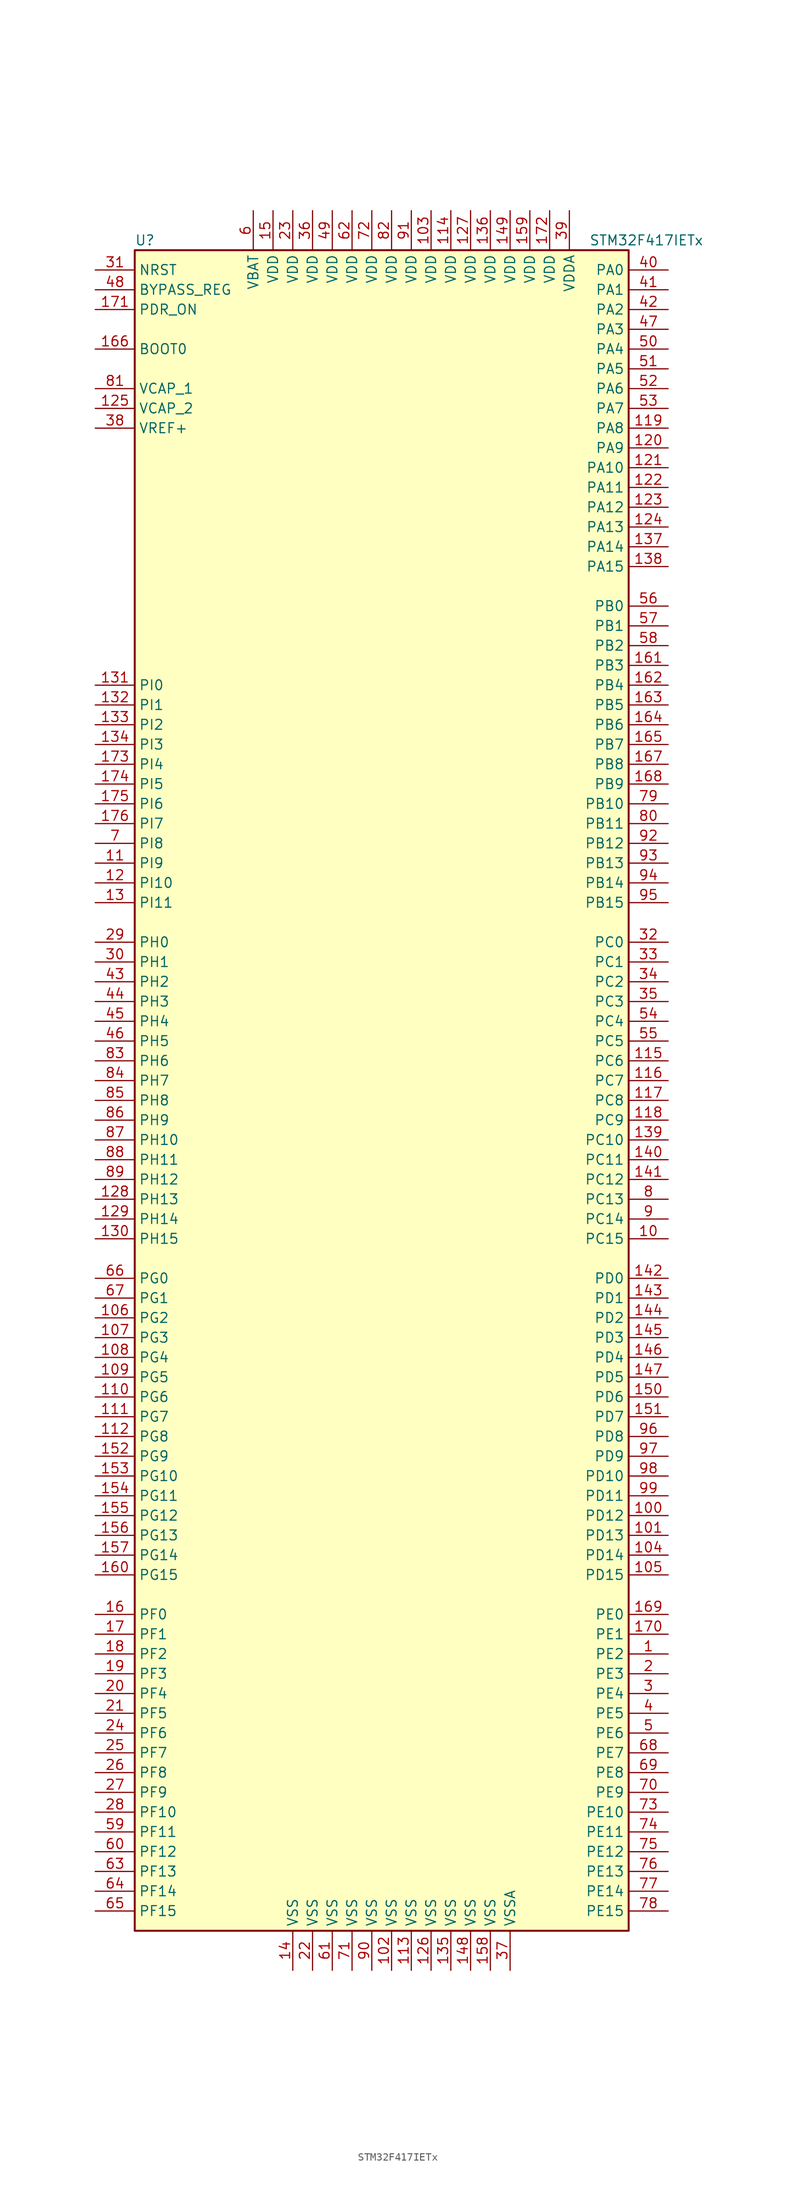
<source format=kicad_sym>
(kicad_symbol_lib
  (version 20201005)
  (generator kicad_symbol_editor)
  (symbol "STM32F417IETx"
    (property "Reference" "U"
      (at -33.02 107.95 0)
      (effects (font (size 1.27 1.27)) (justify left)))
    (property "Value" "STM32F417IETx"
      (at 25.4 107.95 0)
      (effects (font (size 1.27 1.27)) (justify left)))
    (symbol "STM32F417IETx_0_1"
      (rectangle (start -33.02 -109.22) (end 30.48 106.68) (stroke (width 0.254)) (fill (type background))))
    (symbol "STM32F417IETx_1_1"
      (pin bidirectional line (at 35.56 -73.66 180) (length 5.08) (name "PE2" (effects (font (size 1.27 1.27)))) (number "1" (effects (font (size 1.27 1.27)))))
      (pin bidirectional line (at 35.56 -20.32 180) (length 5.08) (name "PC15" (effects (font (size 1.27 1.27)))) (number "10" (effects (font (size 1.27 1.27)))))
      (pin bidirectional line (at 35.56 -55.88 180) (length 5.08) (name "PD12" (effects (font (size 1.27 1.27)))) (number "100" (effects (font (size 1.27 1.27)))))
      (pin bidirectional line (at 35.56 -58.42 180) (length 5.08) (name "PD13" (effects (font (size 1.27 1.27)))) (number "101" (effects (font (size 1.27 1.27)))))
      (pin power_in line (at 0 -114.3 90) (length 5.08) (name "VSS" (effects (font (size 1.27 1.27)))) (number "102" (effects (font (size 1.27 1.27)))))
      (pin power_in line (at 5.08 111.76 270) (length 5.08) (name "VDD" (effects (font (size 1.27 1.27)))) (number "103" (effects (font (size 1.27 1.27)))))
      (pin bidirectional line (at 35.56 -60.96 180) (length 5.08) (name "PD14" (effects (font (size 1.27 1.27)))) (number "104" (effects (font (size 1.27 1.27)))))
      (pin bidirectional line (at 35.56 -63.5 180) (length 5.08) (name "PD15" (effects (font (size 1.27 1.27)))) (number "105" (effects (font (size 1.27 1.27)))))
      (pin bidirectional line (at -38.1 -30.48 0) (length 5.08) (name "PG2" (effects (font (size 1.27 1.27)))) (number "106" (effects (font (size 1.27 1.27)))))
      (pin bidirectional line (at -38.1 -33.02 0) (length 5.08) (name "PG3" (effects (font (size 1.27 1.27)))) (number "107" (effects (font (size 1.27 1.27)))))
      (pin bidirectional line (at -38.1 -35.56 0) (length 5.08) (name "PG4" (effects (font (size 1.27 1.27)))) (number "108" (effects (font (size 1.27 1.27)))))
      (pin bidirectional line (at -38.1 -38.1 0) (length 5.08) (name "PG5" (effects (font (size 1.27 1.27)))) (number "109" (effects (font (size 1.27 1.27)))))
      (pin bidirectional line (at -38.1 27.94 0) (length 5.08) (name "PI9" (effects (font (size 1.27 1.27)))) (number "11" (effects (font (size 1.27 1.27)))))
      (pin bidirectional line (at -38.1 -40.64 0) (length 5.08) (name "PG6" (effects (font (size 1.27 1.27)))) (number "110" (effects (font (size 1.27 1.27)))))
      (pin bidirectional line (at -38.1 -43.18 0) (length 5.08) (name "PG7" (effects (font (size 1.27 1.27)))) (number "111" (effects (font (size 1.27 1.27)))))
      (pin bidirectional line (at -38.1 -45.72 0) (length 5.08) (name "PG8" (effects (font (size 1.27 1.27)))) (number "112" (effects (font (size 1.27 1.27)))))
      (pin power_in line (at 2.54 -114.3 90) (length 5.08) (name "VSS" (effects (font (size 1.27 1.27)))) (number "113" (effects (font (size 1.27 1.27)))))
      (pin power_in line (at 7.62 111.76 270) (length 5.08) (name "VDD" (effects (font (size 1.27 1.27)))) (number "114" (effects (font (size 1.27 1.27)))))
      (pin bidirectional line (at 35.56 2.54 180) (length 5.08) (name "PC6" (effects (font (size 1.27 1.27)))) (number "115" (effects (font (size 1.27 1.27)))))
      (pin bidirectional line (at 35.56 0 180) (length 5.08) (name "PC7" (effects (font (size 1.27 1.27)))) (number "116" (effects (font (size 1.27 1.27)))))
      (pin bidirectional line (at 35.56 -2.54 180) (length 5.08) (name "PC8" (effects (font (size 1.27 1.27)))) (number "117" (effects (font (size 1.27 1.27)))))
      (pin bidirectional line (at 35.56 -5.08 180) (length 5.08) (name "PC9" (effects (font (size 1.27 1.27)))) (number "118" (effects (font (size 1.27 1.27)))))
      (pin bidirectional line (at 35.56 83.82 180) (length 5.08) (name "PA8" (effects (font (size 1.27 1.27)))) (number "119" (effects (font (size 1.27 1.27)))))
      (pin bidirectional line (at -38.1 25.4 0) (length 5.08) (name "PI10" (effects (font (size 1.27 1.27)))) (number "12" (effects (font (size 1.27 1.27)))))
      (pin bidirectional line (at 35.56 81.28 180) (length 5.08) (name "PA9" (effects (font (size 1.27 1.27)))) (number "120" (effects (font (size 1.27 1.27)))))
      (pin bidirectional line (at 35.56 78.74 180) (length 5.08) (name "PA10" (effects (font (size 1.27 1.27)))) (number "121" (effects (font (size 1.27 1.27)))))
      (pin bidirectional line (at 35.56 76.2 180) (length 5.08) (name "PA11" (effects (font (size 1.27 1.27)))) (number "122" (effects (font (size 1.27 1.27)))))
      (pin bidirectional line (at 35.56 73.66 180) (length 5.08) (name "PA12" (effects (font (size 1.27 1.27)))) (number "123" (effects (font (size 1.27 1.27)))))
      (pin bidirectional line (at 35.56 71.12 180) (length 5.08) (name "PA13" (effects (font (size 1.27 1.27)))) (number "124" (effects (font (size 1.27 1.27)))))
      (pin power_in line (at -38.1 86.36 0) (length 5.08) (name "VCAP_2" (effects (font (size 1.27 1.27)))) (number "125" (effects (font (size 1.27 1.27)))))
      (pin power_in line (at 5.08 -114.3 90) (length 5.08) (name "VSS" (effects (font (size 1.27 1.27)))) (number "126" (effects (font (size 1.27 1.27)))))
      (pin power_in line (at 10.16 111.76 270) (length 5.08) (name "VDD" (effects (font (size 1.27 1.27)))) (number "127" (effects (font (size 1.27 1.27)))))
      (pin bidirectional line (at -38.1 -15.24 0) (length 5.08) (name "PH13" (effects (font (size 1.27 1.27)))) (number "128" (effects (font (size 1.27 1.27)))))
      (pin bidirectional line (at -38.1 -17.78 0) (length 5.08) (name "PH14" (effects (font (size 1.27 1.27)))) (number "129" (effects (font (size 1.27 1.27)))))
      (pin bidirectional line (at -38.1 22.86 0) (length 5.08) (name "PI11" (effects (font (size 1.27 1.27)))) (number "13" (effects (font (size 1.27 1.27)))))
      (pin bidirectional line (at -38.1 -20.32 0) (length 5.08) (name "PH15" (effects (font (size 1.27 1.27)))) (number "130" (effects (font (size 1.27 1.27)))))
      (pin bidirectional line (at -38.1 50.8 0) (length 5.08) (name "PI0" (effects (font (size 1.27 1.27)))) (number "131" (effects (font (size 1.27 1.27)))))
      (pin bidirectional line (at -38.1 48.26 0) (length 5.08) (name "PI1" (effects (font (size 1.27 1.27)))) (number "132" (effects (font (size 1.27 1.27)))))
      (pin bidirectional line (at -38.1 45.72 0) (length 5.08) (name "PI2" (effects (font (size 1.27 1.27)))) (number "133" (effects (font (size 1.27 1.27)))))
      (pin bidirectional line (at -38.1 43.18 0) (length 5.08) (name "PI3" (effects (font (size 1.27 1.27)))) (number "134" (effects (font (size 1.27 1.27)))))
      (pin power_in line (at 7.62 -114.3 90) (length 5.08) (name "VSS" (effects (font (size 1.27 1.27)))) (number "135" (effects (font (size 1.27 1.27)))))
      (pin power_in line (at 12.7 111.76 270) (length 5.08) (name "VDD" (effects (font (size 1.27 1.27)))) (number "136" (effects (font (size 1.27 1.27)))))
      (pin bidirectional line (at 35.56 68.58 180) (length 5.08) (name "PA14" (effects (font (size 1.27 1.27)))) (number "137" (effects (font (size 1.27 1.27)))))
      (pin bidirectional line (at 35.56 66.04 180) (length 5.08) (name "PA15" (effects (font (size 1.27 1.27)))) (number "138" (effects (font (size 1.27 1.27)))))
      (pin bidirectional line (at 35.56 -7.62 180) (length 5.08) (name "PC10" (effects (font (size 1.27 1.27)))) (number "139" (effects (font (size 1.27 1.27)))))
      (pin power_in line (at -12.7 -114.3 90) (length 5.08) (name "VSS" (effects (font (size 1.27 1.27)))) (number "14" (effects (font (size 1.27 1.27)))))
      (pin bidirectional line (at 35.56 -10.16 180) (length 5.08) (name "PC11" (effects (font (size 1.27 1.27)))) (number "140" (effects (font (size 1.27 1.27)))))
      (pin bidirectional line (at 35.56 -12.7 180) (length 5.08) (name "PC12" (effects (font (size 1.27 1.27)))) (number "141" (effects (font (size 1.27 1.27)))))
      (pin bidirectional line (at 35.56 -25.4 180) (length 5.08) (name "PD0" (effects (font (size 1.27 1.27)))) (number "142" (effects (font (size 1.27 1.27)))))
      (pin bidirectional line (at 35.56 -27.94 180) (length 5.08) (name "PD1" (effects (font (size 1.27 1.27)))) (number "143" (effects (font (size 1.27 1.27)))))
      (pin bidirectional line (at 35.56 -30.48 180) (length 5.08) (name "PD2" (effects (font (size 1.27 1.27)))) (number "144" (effects (font (size 1.27 1.27)))))
      (pin bidirectional line (at 35.56 -33.02 180) (length 5.08) (name "PD3" (effects (font (size 1.27 1.27)))) (number "145" (effects (font (size 1.27 1.27)))))
      (pin bidirectional line (at 35.56 -35.56 180) (length 5.08) (name "PD4" (effects (font (size 1.27 1.27)))) (number "146" (effects (font (size 1.27 1.27)))))
      (pin bidirectional line (at 35.56 -38.1 180) (length 5.08) (name "PD5" (effects (font (size 1.27 1.27)))) (number "147" (effects (font (size 1.27 1.27)))))
      (pin power_in line (at 10.16 -114.3 90) (length 5.08) (name "VSS" (effects (font (size 1.27 1.27)))) (number "148" (effects (font (size 1.27 1.27)))))
      (pin power_in line (at 15.24 111.76 270) (length 5.08) (name "VDD" (effects (font (size 1.27 1.27)))) (number "149" (effects (font (size 1.27 1.27)))))
      (pin power_in line (at -15.24 111.76 270) (length 5.08) (name "VDD" (effects (font (size 1.27 1.27)))) (number "15" (effects (font (size 1.27 1.27)))))
      (pin bidirectional line (at 35.56 -40.64 180) (length 5.08) (name "PD6" (effects (font (size 1.27 1.27)))) (number "150" (effects (font (size 1.27 1.27)))))
      (pin bidirectional line (at 35.56 -43.18 180) (length 5.08) (name "PD7" (effects (font (size 1.27 1.27)))) (number "151" (effects (font (size 1.27 1.27)))))
      (pin bidirectional line (at -38.1 -48.26 0) (length 5.08) (name "PG9" (effects (font (size 1.27 1.27)))) (number "152" (effects (font (size 1.27 1.27)))))
      (pin bidirectional line (at -38.1 -50.8 0) (length 5.08) (name "PG10" (effects (font (size 1.27 1.27)))) (number "153" (effects (font (size 1.27 1.27)))))
      (pin bidirectional line (at -38.1 -53.34 0) (length 5.08) (name "PG11" (effects (font (size 1.27 1.27)))) (number "154" (effects (font (size 1.27 1.27)))))
      (pin bidirectional line (at -38.1 -55.88 0) (length 5.08) (name "PG12" (effects (font (size 1.27 1.27)))) (number "155" (effects (font (size 1.27 1.27)))))
      (pin bidirectional line (at -38.1 -58.42 0) (length 5.08) (name "PG13" (effects (font (size 1.27 1.27)))) (number "156" (effects (font (size 1.27 1.27)))))
      (pin bidirectional line (at -38.1 -60.96 0) (length 5.08) (name "PG14" (effects (font (size 1.27 1.27)))) (number "157" (effects (font (size 1.27 1.27)))))
      (pin power_in line (at 12.7 -114.3 90) (length 5.08) (name "VSS" (effects (font (size 1.27 1.27)))) (number "158" (effects (font (size 1.27 1.27)))))
      (pin power_in line (at 17.78 111.76 270) (length 5.08) (name "VDD" (effects (font (size 1.27 1.27)))) (number "159" (effects (font (size 1.27 1.27)))))
      (pin bidirectional line (at -38.1 -68.58 0) (length 5.08) (name "PF0" (effects (font (size 1.27 1.27)))) (number "16" (effects (font (size 1.27 1.27)))))
      (pin bidirectional line (at -38.1 -63.5 0) (length 5.08) (name "PG15" (effects (font (size 1.27 1.27)))) (number "160" (effects (font (size 1.27 1.27)))))
      (pin bidirectional line (at 35.56 53.34 180) (length 5.08) (name "PB3" (effects (font (size 1.27 1.27)))) (number "161" (effects (font (size 1.27 1.27)))))
      (pin bidirectional line (at 35.56 50.8 180) (length 5.08) (name "PB4" (effects (font (size 1.27 1.27)))) (number "162" (effects (font (size 1.27 1.27)))))
      (pin bidirectional line (at 35.56 48.26 180) (length 5.08) (name "PB5" (effects (font (size 1.27 1.27)))) (number "163" (effects (font (size 1.27 1.27)))))
      (pin bidirectional line (at 35.56 45.72 180) (length 5.08) (name "PB6" (effects (font (size 1.27 1.27)))) (number "164" (effects (font (size 1.27 1.27)))))
      (pin bidirectional line (at 35.56 43.18 180) (length 5.08) (name "PB7" (effects (font (size 1.27 1.27)))) (number "165" (effects (font (size 1.27 1.27)))))
      (pin input line (at -38.1 93.98 0) (length 5.08) (name "BOOT0" (effects (font (size 1.27 1.27)))) (number "166" (effects (font (size 1.27 1.27)))))
      (pin bidirectional line (at 35.56 40.64 180) (length 5.08) (name "PB8" (effects (font (size 1.27 1.27)))) (number "167" (effects (font (size 1.27 1.27)))))
      (pin bidirectional line (at 35.56 38.1 180) (length 5.08) (name "PB9" (effects (font (size 1.27 1.27)))) (number "168" (effects (font (size 1.27 1.27)))))
      (pin bidirectional line (at 35.56 -68.58 180) (length 5.08) (name "PE0" (effects (font (size 1.27 1.27)))) (number "169" (effects (font (size 1.27 1.27)))))
      (pin bidirectional line (at -38.1 -71.12 0) (length 5.08) (name "PF1" (effects (font (size 1.27 1.27)))) (number "17" (effects (font (size 1.27 1.27)))))
      (pin bidirectional line (at 35.56 -71.12 180) (length 5.08) (name "PE1" (effects (font (size 1.27 1.27)))) (number "170" (effects (font (size 1.27 1.27)))))
      (pin input line (at -38.1 99.06 0) (length 5.08) (name "PDR_ON" (effects (font (size 1.27 1.27)))) (number "171" (effects (font (size 1.27 1.27)))))
      (pin power_in line (at 20.32 111.76 270) (length 5.08) (name "VDD" (effects (font (size 1.27 1.27)))) (number "172" (effects (font (size 1.27 1.27)))))
      (pin bidirectional line (at -38.1 40.64 0) (length 5.08) (name "PI4" (effects (font (size 1.27 1.27)))) (number "173" (effects (font (size 1.27 1.27)))))
      (pin bidirectional line (at -38.1 38.1 0) (length 5.08) (name "PI5" (effects (font (size 1.27 1.27)))) (number "174" (effects (font (size 1.27 1.27)))))
      (pin bidirectional line (at -38.1 35.56 0) (length 5.08) (name "PI6" (effects (font (size 1.27 1.27)))) (number "175" (effects (font (size 1.27 1.27)))))
      (pin bidirectional line (at -38.1 33.02 0) (length 5.08) (name "PI7" (effects (font (size 1.27 1.27)))) (number "176" (effects (font (size 1.27 1.27)))))
      (pin bidirectional line (at -38.1 -73.66 0) (length 5.08) (name "PF2" (effects (font (size 1.27 1.27)))) (number "18" (effects (font (size 1.27 1.27)))))
      (pin bidirectional line (at -38.1 -76.2 0) (length 5.08) (name "PF3" (effects (font (size 1.27 1.27)))) (number "19" (effects (font (size 1.27 1.27)))))
      (pin bidirectional line (at 35.56 -76.2 180) (length 5.08) (name "PE3" (effects (font (size 1.27 1.27)))) (number "2" (effects (font (size 1.27 1.27)))))
      (pin bidirectional line (at -38.1 -78.74 0) (length 5.08) (name "PF4" (effects (font (size 1.27 1.27)))) (number "20" (effects (font (size 1.27 1.27)))))
      (pin bidirectional line (at -38.1 -81.28 0) (length 5.08) (name "PF5" (effects (font (size 1.27 1.27)))) (number "21" (effects (font (size 1.27 1.27)))))
      (pin power_in line (at -10.16 -114.3 90) (length 5.08) (name "VSS" (effects (font (size 1.27 1.27)))) (number "22" (effects (font (size 1.27 1.27)))))
      (pin power_in line (at -12.7 111.76 270) (length 5.08) (name "VDD" (effects (font (size 1.27 1.27)))) (number "23" (effects (font (size 1.27 1.27)))))
      (pin bidirectional line (at -38.1 -83.82 0) (length 5.08) (name "PF6" (effects (font (size 1.27 1.27)))) (number "24" (effects (font (size 1.27 1.27)))))
      (pin bidirectional line (at -38.1 -86.36 0) (length 5.08) (name "PF7" (effects (font (size 1.27 1.27)))) (number "25" (effects (font (size 1.27 1.27)))))
      (pin bidirectional line (at -38.1 -88.9 0) (length 5.08) (name "PF8" (effects (font (size 1.27 1.27)))) (number "26" (effects (font (size 1.27 1.27)))))
      (pin bidirectional line (at -38.1 -91.44 0) (length 5.08) (name "PF9" (effects (font (size 1.27 1.27)))) (number "27" (effects (font (size 1.27 1.27)))))
      (pin bidirectional line (at -38.1 -93.98 0) (length 5.08) (name "PF10" (effects (font (size 1.27 1.27)))) (number "28" (effects (font (size 1.27 1.27)))))
      (pin input line (at -38.1 17.78 0) (length 5.08) (name "PH0" (effects (font (size 1.27 1.27)))) (number "29" (effects (font (size 1.27 1.27)))))
      (pin bidirectional line (at 35.56 -78.74 180) (length 5.08) (name "PE4" (effects (font (size 1.27 1.27)))) (number "3" (effects (font (size 1.27 1.27)))))
      (pin input line (at -38.1 15.24 0) (length 5.08) (name "PH1" (effects (font (size 1.27 1.27)))) (number "30" (effects (font (size 1.27 1.27)))))
      (pin input line (at -38.1 104.14 0) (length 5.08) (name "NRST" (effects (font (size 1.27 1.27)))) (number "31" (effects (font (size 1.27 1.27)))))
      (pin bidirectional line (at 35.56 17.78 180) (length 5.08) (name "PC0" (effects (font (size 1.27 1.27)))) (number "32" (effects (font (size 1.27 1.27)))))
      (pin bidirectional line (at 35.56 15.24 180) (length 5.08) (name "PC1" (effects (font (size 1.27 1.27)))) (number "33" (effects (font (size 1.27 1.27)))))
      (pin bidirectional line (at 35.56 12.7 180) (length 5.08) (name "PC2" (effects (font (size 1.27 1.27)))) (number "34" (effects (font (size 1.27 1.27)))))
      (pin bidirectional line (at 35.56 10.16 180) (length 5.08) (name "PC3" (effects (font (size 1.27 1.27)))) (number "35" (effects (font (size 1.27 1.27)))))
      (pin power_in line (at -10.16 111.76 270) (length 5.08) (name "VDD" (effects (font (size 1.27 1.27)))) (number "36" (effects (font (size 1.27 1.27)))))
      (pin power_in line (at 15.24 -114.3 90) (length 5.08) (name "VSSA" (effects (font (size 1.27 1.27)))) (number "37" (effects (font (size 1.27 1.27)))))
      (pin power_in line (at -38.1 83.82 0) (length 5.08) (name "VREF+" (effects (font (size 1.27 1.27)))) (number "38" (effects (font (size 1.27 1.27)))))
      (pin power_in line (at 22.86 111.76 270) (length 5.08) (name "VDDA" (effects (font (size 1.27 1.27)))) (number "39" (effects (font (size 1.27 1.27)))))
      (pin bidirectional line (at 35.56 -81.28 180) (length 5.08) (name "PE5" (effects (font (size 1.27 1.27)))) (number "4" (effects (font (size 1.27 1.27)))))
      (pin bidirectional line (at 35.56 104.14 180) (length 5.08) (name "PA0" (effects (font (size 1.27 1.27)))) (number "40" (effects (font (size 1.27 1.27)))))
      (pin bidirectional line (at 35.56 101.6 180) (length 5.08) (name "PA1" (effects (font (size 1.27 1.27)))) (number "41" (effects (font (size 1.27 1.27)))))
      (pin bidirectional line (at 35.56 99.06 180) (length 5.08) (name "PA2" (effects (font (size 1.27 1.27)))) (number "42" (effects (font (size 1.27 1.27)))))
      (pin bidirectional line (at -38.1 12.7 0) (length 5.08) (name "PH2" (effects (font (size 1.27 1.27)))) (number "43" (effects (font (size 1.27 1.27)))))
      (pin bidirectional line (at -38.1 10.16 0) (length 5.08) (name "PH3" (effects (font (size 1.27 1.27)))) (number "44" (effects (font (size 1.27 1.27)))))
      (pin bidirectional line (at -38.1 7.62 0) (length 5.08) (name "PH4" (effects (font (size 1.27 1.27)))) (number "45" (effects (font (size 1.27 1.27)))))
      (pin bidirectional line (at -38.1 5.08 0) (length 5.08) (name "PH5" (effects (font (size 1.27 1.27)))) (number "46" (effects (font (size 1.27 1.27)))))
      (pin bidirectional line (at 35.56 96.52 180) (length 5.08) (name "PA3" (effects (font (size 1.27 1.27)))) (number "47" (effects (font (size 1.27 1.27)))))
      (pin input line (at -38.1 101.6 0) (length 5.08) (name "BYPASS_REG" (effects (font (size 1.27 1.27)))) (number "48" (effects (font (size 1.27 1.27)))))
      (pin power_in line (at -7.62 111.76 270) (length 5.08) (name "VDD" (effects (font (size 1.27 1.27)))) (number "49" (effects (font (size 1.27 1.27)))))
      (pin bidirectional line (at 35.56 -83.82 180) (length 5.08) (name "PE6" (effects (font (size 1.27 1.27)))) (number "5" (effects (font (size 1.27 1.27)))))
      (pin bidirectional line (at 35.56 93.98 180) (length 5.08) (name "PA4" (effects (font (size 1.27 1.27)))) (number "50" (effects (font (size 1.27 1.27)))))
      (pin bidirectional line (at 35.56 91.44 180) (length 5.08) (name "PA5" (effects (font (size 1.27 1.27)))) (number "51" (effects (font (size 1.27 1.27)))))
      (pin bidirectional line (at 35.56 88.9 180) (length 5.08) (name "PA6" (effects (font (size 1.27 1.27)))) (number "52" (effects (font (size 1.27 1.27)))))
      (pin bidirectional line (at 35.56 86.36 180) (length 5.08) (name "PA7" (effects (font (size 1.27 1.27)))) (number "53" (effects (font (size 1.27 1.27)))))
      (pin bidirectional line (at 35.56 7.62 180) (length 5.08) (name "PC4" (effects (font (size 1.27 1.27)))) (number "54" (effects (font (size 1.27 1.27)))))
      (pin bidirectional line (at 35.56 5.08 180) (length 5.08) (name "PC5" (effects (font (size 1.27 1.27)))) (number "55" (effects (font (size 1.27 1.27)))))
      (pin bidirectional line (at 35.56 60.96 180) (length 5.08) (name "PB0" (effects (font (size 1.27 1.27)))) (number "56" (effects (font (size 1.27 1.27)))))
      (pin bidirectional line (at 35.56 58.42 180) (length 5.08) (name "PB1" (effects (font (size 1.27 1.27)))) (number "57" (effects (font (size 1.27 1.27)))))
      (pin bidirectional line (at 35.56 55.88 180) (length 5.08) (name "PB2" (effects (font (size 1.27 1.27)))) (number "58" (effects (font (size 1.27 1.27)))))
      (pin bidirectional line (at -38.1 -96.52 0) (length 5.08) (name "PF11" (effects (font (size 1.27 1.27)))) (number "59" (effects (font (size 1.27 1.27)))))
      (pin power_in line (at -17.78 111.76 270) (length 5.08) (name "VBAT" (effects (font (size 1.27 1.27)))) (number "6" (effects (font (size 1.27 1.27)))))
      (pin bidirectional line (at -38.1 -99.06 0) (length 5.08) (name "PF12" (effects (font (size 1.27 1.27)))) (number "60" (effects (font (size 1.27 1.27)))))
      (pin power_in line (at -7.62 -114.3 90) (length 5.08) (name "VSS" (effects (font (size 1.27 1.27)))) (number "61" (effects (font (size 1.27 1.27)))))
      (pin power_in line (at -5.08 111.76 270) (length 5.08) (name "VDD" (effects (font (size 1.27 1.27)))) (number "62" (effects (font (size 1.27 1.27)))))
      (pin bidirectional line (at -38.1 -101.6 0) (length 5.08) (name "PF13" (effects (font (size 1.27 1.27)))) (number "63" (effects (font (size 1.27 1.27)))))
      (pin bidirectional line (at -38.1 -104.14 0) (length 5.08) (name "PF14" (effects (font (size 1.27 1.27)))) (number "64" (effects (font (size 1.27 1.27)))))
      (pin bidirectional line (at -38.1 -106.68 0) (length 5.08) (name "PF15" (effects (font (size 1.27 1.27)))) (number "65" (effects (font (size 1.27 1.27)))))
      (pin bidirectional line (at -38.1 -25.4 0) (length 5.08) (name "PG0" (effects (font (size 1.27 1.27)))) (number "66" (effects (font (size 1.27 1.27)))))
      (pin bidirectional line (at -38.1 -27.94 0) (length 5.08) (name "PG1" (effects (font (size 1.27 1.27)))) (number "67" (effects (font (size 1.27 1.27)))))
      (pin bidirectional line (at 35.56 -86.36 180) (length 5.08) (name "PE7" (effects (font (size 1.27 1.27)))) (number "68" (effects (font (size 1.27 1.27)))))
      (pin bidirectional line (at 35.56 -88.9 180) (length 5.08) (name "PE8" (effects (font (size 1.27 1.27)))) (number "69" (effects (font (size 1.27 1.27)))))
      (pin bidirectional line (at -38.1 30.48 0) (length 5.08) (name "PI8" (effects (font (size 1.27 1.27)))) (number "7" (effects (font (size 1.27 1.27)))))
      (pin bidirectional line (at 35.56 -91.44 180) (length 5.08) (name "PE9" (effects (font (size 1.27 1.27)))) (number "70" (effects (font (size 1.27 1.27)))))
      (pin power_in line (at -5.08 -114.3 90) (length 5.08) (name "VSS" (effects (font (size 1.27 1.27)))) (number "71" (effects (font (size 1.27 1.27)))))
      (pin power_in line (at -2.54 111.76 270) (length 5.08) (name "VDD" (effects (font (size 1.27 1.27)))) (number "72" (effects (font (size 1.27 1.27)))))
      (pin bidirectional line (at 35.56 -93.98 180) (length 5.08) (name "PE10" (effects (font (size 1.27 1.27)))) (number "73" (effects (font (size 1.27 1.27)))))
      (pin bidirectional line (at 35.56 -96.52 180) (length 5.08) (name "PE11" (effects (font (size 1.27 1.27)))) (number "74" (effects (font (size 1.27 1.27)))))
      (pin bidirectional line (at 35.56 -99.06 180) (length 5.08) (name "PE12" (effects (font (size 1.27 1.27)))) (number "75" (effects (font (size 1.27 1.27)))))
      (pin bidirectional line (at 35.56 -101.6 180) (length 5.08) (name "PE13" (effects (font (size 1.27 1.27)))) (number "76" (effects (font (size 1.27 1.27)))))
      (pin bidirectional line (at 35.56 -104.14 180) (length 5.08) (name "PE14" (effects (font (size 1.27 1.27)))) (number "77" (effects (font (size 1.27 1.27)))))
      (pin bidirectional line (at 35.56 -106.68 180) (length 5.08) (name "PE15" (effects (font (size 1.27 1.27)))) (number "78" (effects (font (size 1.27 1.27)))))
      (pin bidirectional line (at 35.56 35.56 180) (length 5.08) (name "PB10" (effects (font (size 1.27 1.27)))) (number "79" (effects (font (size 1.27 1.27)))))
      (pin bidirectional line (at 35.56 -15.24 180) (length 5.08) (name "PC13" (effects (font (size 1.27 1.27)))) (number "8" (effects (font (size 1.27 1.27)))))
      (pin bidirectional line (at 35.56 33.02 180) (length 5.08) (name "PB11" (effects (font (size 1.27 1.27)))) (number "80" (effects (font (size 1.27 1.27)))))
      (pin power_in line (at -38.1 88.9 0) (length 5.08) (name "VCAP_1" (effects (font (size 1.27 1.27)))) (number "81" (effects (font (size 1.27 1.27)))))
      (pin power_in line (at 0 111.76 270) (length 5.08) (name "VDD" (effects (font (size 1.27 1.27)))) (number "82" (effects (font (size 1.27 1.27)))))
      (pin bidirectional line (at -38.1 2.54 0) (length 5.08) (name "PH6" (effects (font (size 1.27 1.27)))) (number "83" (effects (font (size 1.27 1.27)))))
      (pin bidirectional line (at -38.1 0 0) (length 5.08) (name "PH7" (effects (font (size 1.27 1.27)))) (number "84" (effects (font (size 1.27 1.27)))))
      (pin bidirectional line (at -38.1 -2.54 0) (length 5.08) (name "PH8" (effects (font (size 1.27 1.27)))) (number "85" (effects (font (size 1.27 1.27)))))
      (pin bidirectional line (at -38.1 -5.08 0) (length 5.08) (name "PH9" (effects (font (size 1.27 1.27)))) (number "86" (effects (font (size 1.27 1.27)))))
      (pin bidirectional line (at -38.1 -7.62 0) (length 5.08) (name "PH10" (effects (font (size 1.27 1.27)))) (number "87" (effects (font (size 1.27 1.27)))))
      (pin bidirectional line (at -38.1 -10.16 0) (length 5.08) (name "PH11" (effects (font (size 1.27 1.27)))) (number "88" (effects (font (size 1.27 1.27)))))
      (pin bidirectional line (at -38.1 -12.7 0) (length 5.08) (name "PH12" (effects (font (size 1.27 1.27)))) (number "89" (effects (font (size 1.27 1.27)))))
      (pin bidirectional line (at 35.56 -17.78 180) (length 5.08) (name "PC14" (effects (font (size 1.27 1.27)))) (number "9" (effects (font (size 1.27 1.27)))))
      (pin power_in line (at -2.54 -114.3 90) (length 5.08) (name "VSS" (effects (font (size 1.27 1.27)))) (number "90" (effects (font (size 1.27 1.27)))))
      (pin power_in line (at 2.54 111.76 270) (length 5.08) (name "VDD" (effects (font (size 1.27 1.27)))) (number "91" (effects (font (size 1.27 1.27)))))
      (pin bidirectional line (at 35.56 30.48 180) (length 5.08) (name "PB12" (effects (font (size 1.27 1.27)))) (number "92" (effects (font (size 1.27 1.27)))))
      (pin bidirectional line (at 35.56 27.94 180) (length 5.08) (name "PB13" (effects (font (size 1.27 1.27)))) (number "93" (effects (font (size 1.27 1.27)))))
      (pin bidirectional line (at 35.56 25.4 180) (length 5.08) (name "PB14" (effects (font (size 1.27 1.27)))) (number "94" (effects (font (size 1.27 1.27)))))
      (pin bidirectional line (at 35.56 22.86 180) (length 5.08) (name "PB15" (effects (font (size 1.27 1.27)))) (number "95" (effects (font (size 1.27 1.27)))))
      (pin bidirectional line (at 35.56 -45.72 180) (length 5.08) (name "PD8" (effects (font (size 1.27 1.27)))) (number "96" (effects (font (size 1.27 1.27)))))
      (pin bidirectional line (at 35.56 -48.26 180) (length 5.08) (name "PD9" (effects (font (size 1.27 1.27)))) (number "97" (effects (font (size 1.27 1.27)))))
      (pin bidirectional line (at 35.56 -50.8 180) (length 5.08) (name "PD10" (effects (font (size 1.27 1.27)))) (number "98" (effects (font (size 1.27 1.27)))))
      (pin bidirectional line (at 35.56 -53.34 180) (length 5.08) (name "PD11" (effects (font (size 1.27 1.27)))) (number "99" (effects (font (size 1.27 1.27))))))))
</source>
